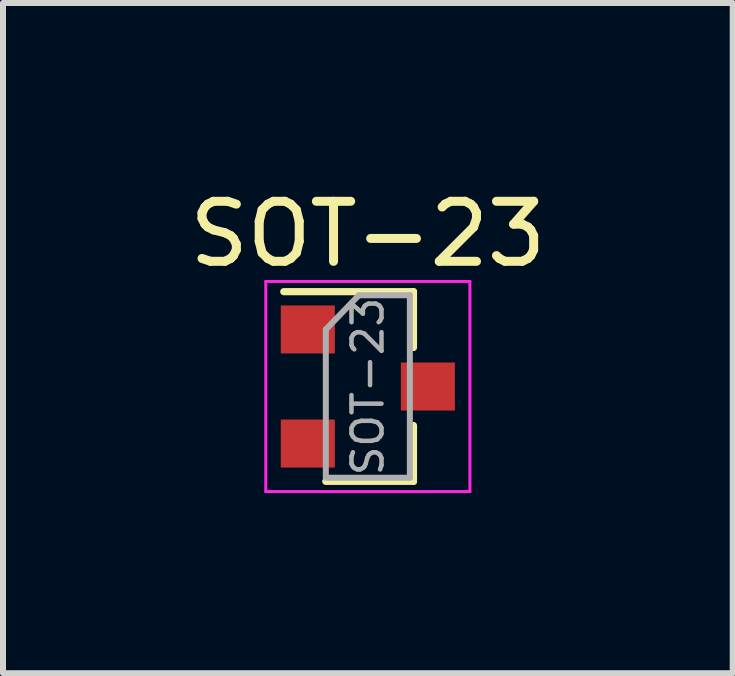
<source format=kicad_pcb>
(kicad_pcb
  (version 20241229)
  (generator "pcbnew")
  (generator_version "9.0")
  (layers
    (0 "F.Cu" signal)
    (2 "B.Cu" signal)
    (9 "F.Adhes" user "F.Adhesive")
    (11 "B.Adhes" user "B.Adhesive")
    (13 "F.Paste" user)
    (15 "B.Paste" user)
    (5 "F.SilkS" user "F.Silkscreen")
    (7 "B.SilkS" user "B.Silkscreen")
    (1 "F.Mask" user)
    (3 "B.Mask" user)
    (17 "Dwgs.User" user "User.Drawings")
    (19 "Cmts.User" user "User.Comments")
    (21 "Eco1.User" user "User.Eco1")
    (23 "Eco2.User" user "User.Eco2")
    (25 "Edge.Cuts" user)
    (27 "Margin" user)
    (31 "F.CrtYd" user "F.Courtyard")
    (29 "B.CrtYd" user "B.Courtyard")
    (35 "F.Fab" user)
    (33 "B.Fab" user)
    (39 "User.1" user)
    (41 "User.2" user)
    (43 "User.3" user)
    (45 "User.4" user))
  (footprint "SOT-23"
    (layer "F.Cu")
    (at 3.077 3.388)
    (property "Reference" "SOT-23" (at 0 -2.54 0) (layer "F.SilkS") (effects (font (size 1 1) (thickness 0.15))))
    (attr through_hole)
    (fp_line (start 0.76 -1.58) (end -1.4 -1.58) (stroke (width 0.12) (type solid)) (layer "F.SilkS"))
    (fp_line (start 0.76 -1.58) (end 0.76 -0.65) (stroke (width 0.12) (type solid)) (layer "F.SilkS"))
    (fp_line (start 0.76 1.58) (end -0.7 1.58) (stroke (width 0.12) (type solid)) (layer "F.SilkS"))
    (fp_line (start 0.76 1.58) (end 0.76 0.65) (stroke (width 0.12) (type solid)) (layer "F.SilkS"))
    (fp_line (start -1.7 -1.75) (end 1.7 -1.75) (stroke (width 0.05) (type solid)) (layer "F.CrtYd"))
    (fp_line (start -1.7 1.75) (end -1.7 -1.75) (stroke (width 0.05) (type solid)) (layer "F.CrtYd"))
    (fp_line (start 1.7 -1.75) (end 1.7 1.75) (stroke (width 0.05) (type solid)) (layer "F.CrtYd"))
    (fp_line (start 1.7 1.75) (end -1.7 1.75) (stroke (width 0.05) (type solid)) (layer "F.CrtYd"))
    (fp_line (start -0.7 -0.95) (end -0.7 1.5) (stroke (width 0.1) (type solid)) (layer "F.Fab"))
    (fp_line (start -0.7 -0.95) (end -0.15 -1.52) (stroke (width 0.1) (type solid)) (layer "F.Fab"))
    (fp_line (start -0.7 1.52) (end 0.7 1.52) (stroke (width 0.1) (type solid)) (layer "F.Fab"))
    (fp_line (start -0.15 -1.52) (end 0.7 -1.52) (stroke (width 0.1) (type solid)) (layer "F.Fab"))
    (fp_line (start 0.7 -1.52) (end 0.7 1.52) (stroke (width 0.1) (type solid)) (layer "F.Fab"))
    (fp_text user "${REFERENCE}" (at 0 0 90) (layer "F.Fab") (effects (font (size 0.5 0.5) (thickness 0.075))))
    (pad "1" smd rect (at -1 -0.95) (size 0.9 0.8) (layers "F.Cu" "F.Mask" "F.Paste"))
    (pad "2" smd rect (at -1 0.95) (size 0.9 0.8) (layers "F.Cu" "F.Mask" "F.Paste"))
    (pad "3" smd rect (at 1 0) (size 0.9 0.8) (layers "F.Cu" "F.Mask" "F.Paste")))
  (gr_rect
    (start -3 -3)
    (end 9.155 8.163)
    (stroke (width 0.1) (type default))
    (fill no)
    (layer "Edge.Cuts")))
</source>
